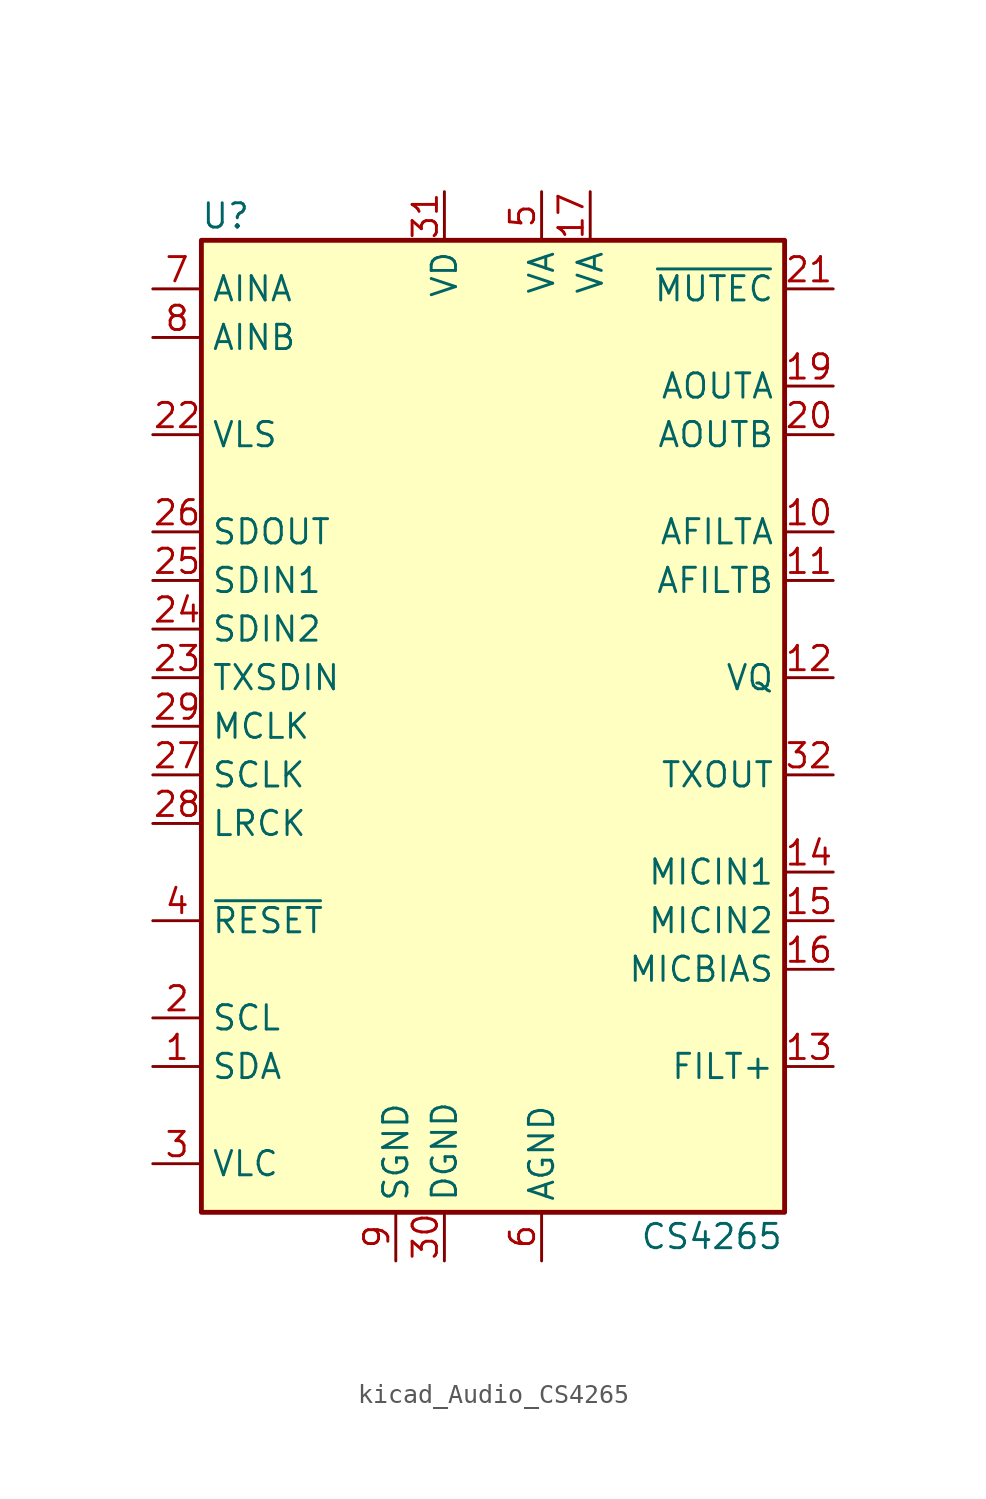
<source format=kicad_sym>
(kicad_symbol_lib
  (version 20220914)
  (generator kicad_symbol_editor)
  (symbol "kicad_Audio_CS4265"
    (property "Reference" "U"
      (at -13.97 26.67 0)
      (effects (font (size 1.27 1.27))))
    (property "Value" "CS4265"
      (at 11.43 -26.67 0)
      (effects (font (size 1.27 1.27))))
    (symbol "kicad_Audio_CS4265_0_1"
      (rectangle (start -15.24 25.4) (end 15.24 -25.4) (stroke (width 0.254) (type default)) (fill (type background))))
    (symbol "kicad_Audio_CS4265_1_1"
      (pin bidirectional line (at -17.78 -17.78 0) (length 2.54) (name "SDA" (effects (font (size 1.27 1.27)))) (number "1" (effects (font (size 1.27 1.27)))))
      (pin output line (at 17.78 10.16 180) (length 2.54) (name "AFILTA" (effects (font (size 1.27 1.27)))) (number "10" (effects (font (size 1.27 1.27)))))
      (pin output line (at 17.78 7.62 180) (length 2.54) (name "AFILTB" (effects (font (size 1.27 1.27)))) (number "11" (effects (font (size 1.27 1.27)))))
      (pin output line (at 17.78 2.54 180) (length 2.54) (name "VQ" (effects (font (size 1.27 1.27)))) (number "12" (effects (font (size 1.27 1.27)))))
      (pin output line (at 17.78 -17.78 180) (length 2.54) (name "FILT+" (effects (font (size 1.27 1.27)))) (number "13" (effects (font (size 1.27 1.27)))))
      (pin input line (at 17.78 -7.62 180) (length 2.54) (name "MICIN1" (effects (font (size 1.27 1.27)))) (number "14" (effects (font (size 1.27 1.27)))))
      (pin input line (at 17.78 -10.16 180) (length 2.54) (name "MICIN2" (effects (font (size 1.27 1.27)))) (number "15" (effects (font (size 1.27 1.27)))))
      (pin output line (at 17.78 -12.7 180) (length 2.54) (name "MICBIAS" (effects (font (size 1.27 1.27)))) (number "16" (effects (font (size 1.27 1.27)))))
      (pin power_in line (at 5.08 27.94 270) (length 2.54) (name "VA" (effects (font (size 1.27 1.27)))) (number "17" (effects (font (size 1.27 1.27)))))
      (pin passive line (at 2.54 -27.94 90) (length 2.54) hide (name "AGND" (effects (font (size 1.27 1.27)))) (number "18" (effects (font (size 1.27 1.27)))))
      (pin output line (at 17.78 17.78 180) (length 2.54) (name "AOUTA" (effects (font (size 1.27 1.27)))) (number "19" (effects (font (size 1.27 1.27)))))
      (pin input line (at -17.78 -15.24 0) (length 2.54) (name "SCL" (effects (font (size 1.27 1.27)))) (number "2" (effects (font (size 1.27 1.27)))))
      (pin output line (at 17.78 15.24 180) (length 2.54) (name "AOUTB" (effects (font (size 1.27 1.27)))) (number "20" (effects (font (size 1.27 1.27)))))
      (pin output line (at 17.78 22.86 180) (length 2.54) (name "~{MUTEC}" (effects (font (size 1.27 1.27)))) (number "21" (effects (font (size 1.27 1.27)))))
      (pin input line (at -17.78 15.24 0) (length 2.54) (name "VLS" (effects (font (size 1.27 1.27)))) (number "22" (effects (font (size 1.27 1.27)))))
      (pin input line (at -17.78 2.54 0) (length 2.54) (name "TXSDIN" (effects (font (size 1.27 1.27)))) (number "23" (effects (font (size 1.27 1.27)))))
      (pin input line (at -17.78 5.08 0) (length 2.54) (name "SDIN2" (effects (font (size 1.27 1.27)))) (number "24" (effects (font (size 1.27 1.27)))))
      (pin input line (at -17.78 7.62 0) (length 2.54) (name "SDIN1" (effects (font (size 1.27 1.27)))) (number "25" (effects (font (size 1.27 1.27)))))
      (pin output line (at -17.78 10.16 0) (length 2.54) (name "SDOUT" (effects (font (size 1.27 1.27)))) (number "26" (effects (font (size 1.27 1.27)))))
      (pin bidirectional line (at -17.78 -2.54 0) (length 2.54) (name "SCLK" (effects (font (size 1.27 1.27)))) (number "27" (effects (font (size 1.27 1.27)))))
      (pin bidirectional line (at -17.78 -5.08 0) (length 2.54) (name "LRCK" (effects (font (size 1.27 1.27)))) (number "28" (effects (font (size 1.27 1.27)))))
      (pin input line (at -17.78 0 0) (length 2.54) (name "MCLK" (effects (font (size 1.27 1.27)))) (number "29" (effects (font (size 1.27 1.27)))))
      (pin input line (at -17.78 -22.86 0) (length 2.54) (name "VLC" (effects (font (size 1.27 1.27)))) (number "3" (effects (font (size 1.27 1.27)))))
      (pin power_in line (at -2.54 -27.94 90) (length 2.54) (name "DGND" (effects (font (size 1.27 1.27)))) (number "30" (effects (font (size 1.27 1.27)))))
      (pin power_in line (at -2.54 27.94 270) (length 2.54) (name "VD" (effects (font (size 1.27 1.27)))) (number "31" (effects (font (size 1.27 1.27)))))
      (pin output line (at 17.78 -2.54 180) (length 2.54) (name "TXOUT" (effects (font (size 1.27 1.27)))) (number "32" (effects (font (size 1.27 1.27)))))
      (pin passive line (at 2.54 -27.94 90) (length 2.54) hide (name "AGND" (effects (font (size 1.27 1.27)))) (number "33" (effects (font (size 1.27 1.27)))))
      (pin input line (at -17.78 -10.16 0) (length 2.54) (name "~{RESET}" (effects (font (size 1.27 1.27)))) (number "4" (effects (font (size 1.27 1.27)))))
      (pin power_in line (at 2.54 27.94 270) (length 2.54) (name "VA" (effects (font (size 1.27 1.27)))) (number "5" (effects (font (size 1.27 1.27)))))
      (pin power_in line (at 2.54 -27.94 90) (length 2.54) (name "AGND" (effects (font (size 1.27 1.27)))) (number "6" (effects (font (size 1.27 1.27)))))
      (pin input line (at -17.78 22.86 0) (length 2.54) (name "AINA" (effects (font (size 1.27 1.27)))) (number "7" (effects (font (size 1.27 1.27)))))
      (pin input line (at -17.78 20.32 0) (length 2.54) (name "AINB" (effects (font (size 1.27 1.27)))) (number "8" (effects (font (size 1.27 1.27)))))
      (pin power_in line (at -5.08 -27.94 90) (length 2.54) (name "SGND" (effects (font (size 1.27 1.27)))) (number "9" (effects (font (size 1.27 1.27))))))))
</source>
